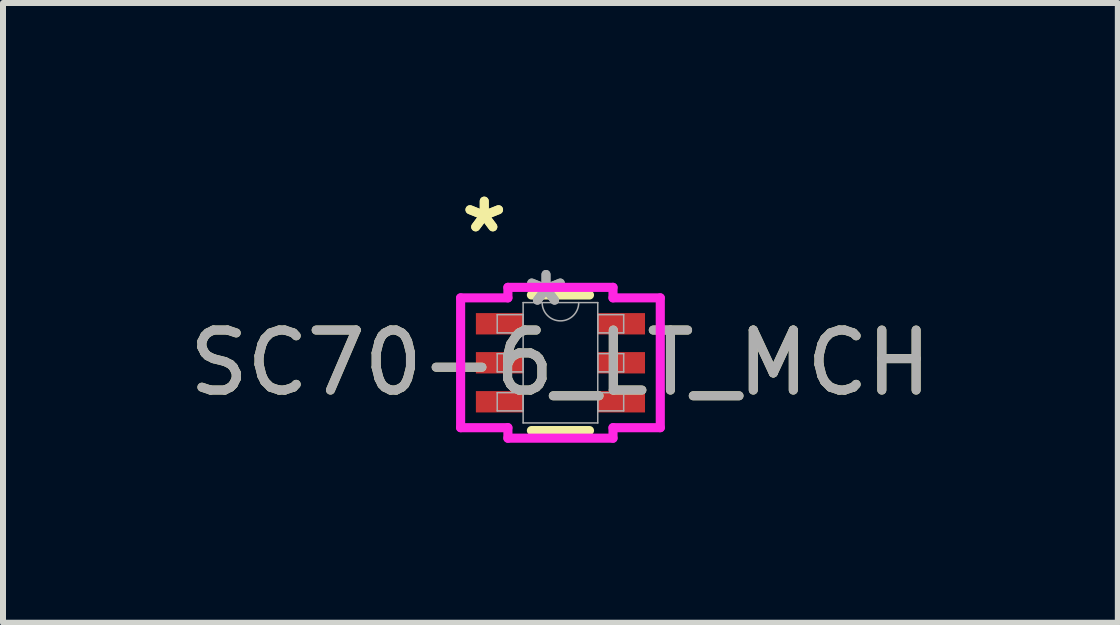
<source format=kicad_pcb>
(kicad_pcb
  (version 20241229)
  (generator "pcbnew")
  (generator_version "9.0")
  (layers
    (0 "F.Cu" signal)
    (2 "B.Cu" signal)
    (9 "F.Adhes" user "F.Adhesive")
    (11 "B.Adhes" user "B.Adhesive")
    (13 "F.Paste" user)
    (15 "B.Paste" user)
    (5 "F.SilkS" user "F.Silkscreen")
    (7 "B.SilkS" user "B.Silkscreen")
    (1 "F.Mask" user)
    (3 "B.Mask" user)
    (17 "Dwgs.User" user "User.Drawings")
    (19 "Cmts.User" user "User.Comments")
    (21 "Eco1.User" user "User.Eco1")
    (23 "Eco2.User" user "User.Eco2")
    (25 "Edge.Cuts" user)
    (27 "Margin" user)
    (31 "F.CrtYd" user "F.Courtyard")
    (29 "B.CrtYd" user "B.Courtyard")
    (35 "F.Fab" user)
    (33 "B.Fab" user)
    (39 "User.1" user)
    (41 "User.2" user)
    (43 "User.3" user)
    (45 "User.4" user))
  (footprint "SC70-6_LT_MCH"
    (layer "F.Cu")
    (at 6.292 2.997)
    (property "Reference" "SC70-6_LT_MCH" (at 0 0 0) (unlocked yes) (layer "F.SilkS") (effects (font (size 1 1) (thickness 0.15))))
    (attr smd)
    (fp_line (start -0.484 1.13) (end 0.484 1.13) (stroke (width 0.152) (type solid)) (layer "F.SilkS"))
    (fp_line (start 0.484 -1.13) (end -0.484 -1.13) (stroke (width 0.152) (type solid)) (layer "F.SilkS"))
    (fp_line (start -1.664 -1.082) (end -0.876 -1.082) (stroke (width 0.152) (type solid)) (layer "F.CrtYd"))
    (fp_line (start -1.664 1.082) (end -1.664 -1.082) (stroke (width 0.152) (type solid)) (layer "F.CrtYd"))
    (fp_line (start -1.664 1.082) (end -0.876 1.082) (stroke (width 0.152) (type solid)) (layer "F.CrtYd"))
    (fp_line (start -0.876 -1.257) (end 0.876 -1.257) (stroke (width 0.152) (type solid)) (layer "F.CrtYd"))
    (fp_line (start -0.876 -1.082) (end -0.876 -1.257) (stroke (width 0.152) (type solid)) (layer "F.CrtYd"))
    (fp_line (start -0.876 1.257) (end -0.876 1.082) (stroke (width 0.152) (type solid)) (layer "F.CrtYd"))
    (fp_line (start 0.876 -1.257) (end 0.876 -1.082) (stroke (width 0.152) (type solid)) (layer "F.CrtYd"))
    (fp_line (start 0.876 1.082) (end 0.876 1.257) (stroke (width 0.152) (type solid)) (layer "F.CrtYd"))
    (fp_line (start 0.876 1.257) (end -0.876 1.257) (stroke (width 0.152) (type solid)) (layer "F.CrtYd"))
    (fp_line (start 1.664 -1.082) (end 0.876 -1.082) (stroke (width 0.152) (type solid)) (layer "F.CrtYd"))
    (fp_line (start 1.664 -1.082) (end 1.664 1.082) (stroke (width 0.152) (type solid)) (layer "F.CrtYd"))
    (fp_line (start 1.664 1.082) (end 0.876 1.082) (stroke (width 0.152) (type solid)) (layer "F.CrtYd"))
    (fp_line (start -1.054 -0.802) (end -1.054 -0.498) (stroke (width 0.025) (type solid)) (layer "F.Fab"))
    (fp_line (start -1.054 -0.498) (end -0.622 -0.498) (stroke (width 0.025) (type solid)) (layer "F.Fab"))
    (fp_line (start -1.054 -0.152) (end -1.054 0.152) (stroke (width 0.025) (type solid)) (layer "F.Fab"))
    (fp_line (start -1.054 0.152) (end -0.622 0.152) (stroke (width 0.025) (type solid)) (layer "F.Fab"))
    (fp_line (start -1.054 0.498) (end -1.054 0.802) (stroke (width 0.025) (type solid)) (layer "F.Fab"))
    (fp_line (start -1.054 0.802) (end -0.622 0.802) (stroke (width 0.025) (type solid)) (layer "F.Fab"))
    (fp_line (start -0.622 -1.003) (end -0.622 1.003) (stroke (width 0.025) (type solid)) (layer "F.Fab"))
    (fp_line (start -0.622 -0.802) (end -1.054 -0.802) (stroke (width 0.025) (type solid)) (layer "F.Fab"))
    (fp_line (start -0.622 -0.498) (end -0.622 -0.802) (stroke (width 0.025) (type solid)) (layer "F.Fab"))
    (fp_line (start -0.622 -0.152) (end -1.054 -0.152) (stroke (width 0.025) (type solid)) (layer "F.Fab"))
    (fp_line (start -0.622 0.152) (end -0.622 -0.152) (stroke (width 0.025) (type solid)) (layer "F.Fab"))
    (fp_line (start -0.622 0.498) (end -1.054 0.498) (stroke (width 0.025) (type solid)) (layer "F.Fab"))
    (fp_line (start -0.622 0.802) (end -0.622 0.498) (stroke (width 0.025) (type solid)) (layer "F.Fab"))
    (fp_line (start -0.622 1.003) (end 0.622 1.003) (stroke (width 0.025) (type solid)) (layer "F.Fab"))
    (fp_line (start 0.622 -1.003) (end -0.622 -1.003) (stroke (width 0.025) (type solid)) (layer "F.Fab"))
    (fp_line (start 0.622 -0.802) (end 0.622 -0.498) (stroke (width 0.025) (type solid)) (layer "F.Fab"))
    (fp_line (start 0.622 -0.498) (end 1.054 -0.498) (stroke (width 0.025) (type solid)) (layer "F.Fab"))
    (fp_line (start 0.622 -0.152) (end 0.622 0.152) (stroke (width 0.025) (type solid)) (layer "F.Fab"))
    (fp_line (start 0.622 0.152) (end 1.054 0.152) (stroke (width 0.025) (type solid)) (layer "F.Fab"))
    (fp_line (start 0.622 0.498) (end 0.622 0.802) (stroke (width 0.025) (type solid)) (layer "F.Fab"))
    (fp_line (start 0.622 0.802) (end 1.054 0.802) (stroke (width 0.025) (type solid)) (layer "F.Fab"))
    (fp_line (start 0.622 1.003) (end 0.622 -1.003) (stroke (width 0.025) (type solid)) (layer "F.Fab"))
    (fp_line (start 1.054 -0.802) (end 0.622 -0.802) (stroke (width 0.025) (type solid)) (layer "F.Fab"))
    (fp_line (start 1.054 -0.498) (end 1.054 -0.802) (stroke (width 0.025) (type solid)) (layer "F.Fab"))
    (fp_line (start 1.054 -0.152) (end 0.622 -0.152) (stroke (width 0.025) (type solid)) (layer "F.Fab"))
    (fp_line (start 1.054 0.152) (end 1.054 -0.152) (stroke (width 0.025) (type solid)) (layer "F.Fab"))
    (fp_line (start 1.054 0.498) (end 0.622 0.498) (stroke (width 0.025) (type solid)) (layer "F.Fab"))
    (fp_line (start 1.054 0.802) (end 1.054 0.498) (stroke (width 0.025) (type solid)) (layer "F.Fab"))
    (fp_arc (start 0.3048 -1.0033) (mid 0 -0.6985) (end -0.3048 -1.0033) (stroke (width 0.0254) (type solid)) (layer "F.Fab"))
    (fp_text user "*" (at -1.27 -2.149 0) (unlocked yes) (layer "F.SilkS") (effects (font (size 1 1) (thickness 0.15))))
    (fp_text user "*" (at -1.27 -2.149 0) (layer "F.SilkS") (effects (font (size 1 1) (thickness 0.15))))
    (fp_text user "*" (at -0.241 -0.927 0) (unlocked yes) (layer "F.Fab") (effects (font (size 1 1) (thickness 0.15))))
    (fp_text user "*" (at -0.241 -0.927 0) (layer "F.Fab") (effects (font (size 1 1) (thickness 0.15))))
    (fp_text user "${REFERENCE}" (at 0 0 0) (unlocked yes) (layer "F.Fab") (effects (font (size 1 1) (thickness 0.15))))
    (pad "1" smd rect (at -1.016 -0.65) (size 0.787 0.356) (layers "F.Cu" "F.Mask" "F.Paste"))
    (pad "2" smd rect (at -1.016 0) (size 0.787 0.356) (layers "F.Cu" "F.Mask" "F.Paste"))
    (pad "3" smd rect (at -1.016 0.65) (size 0.787 0.356) (layers "F.Cu" "F.Mask" "F.Paste"))
    (pad "4" smd rect (at 1.016 0.65) (size 0.787 0.356) (layers "F.Cu" "F.Mask" "F.Paste"))
    (pad "5" smd rect (at 1.016 0) (size 0.787 0.356) (layers "F.Cu" "F.Mask" "F.Paste"))
    (pad "6" smd rect (at 1.016 -0.65) (size 0.787 0.356) (layers "F.Cu" "F.Mask" "F.Paste")))
  (gr_rect
    (start -3 -3)
    (end 15.583 7.33)
    (stroke (width 0.1) (type default))
    (fill no)
    (layer "Edge.Cuts")))
</source>
